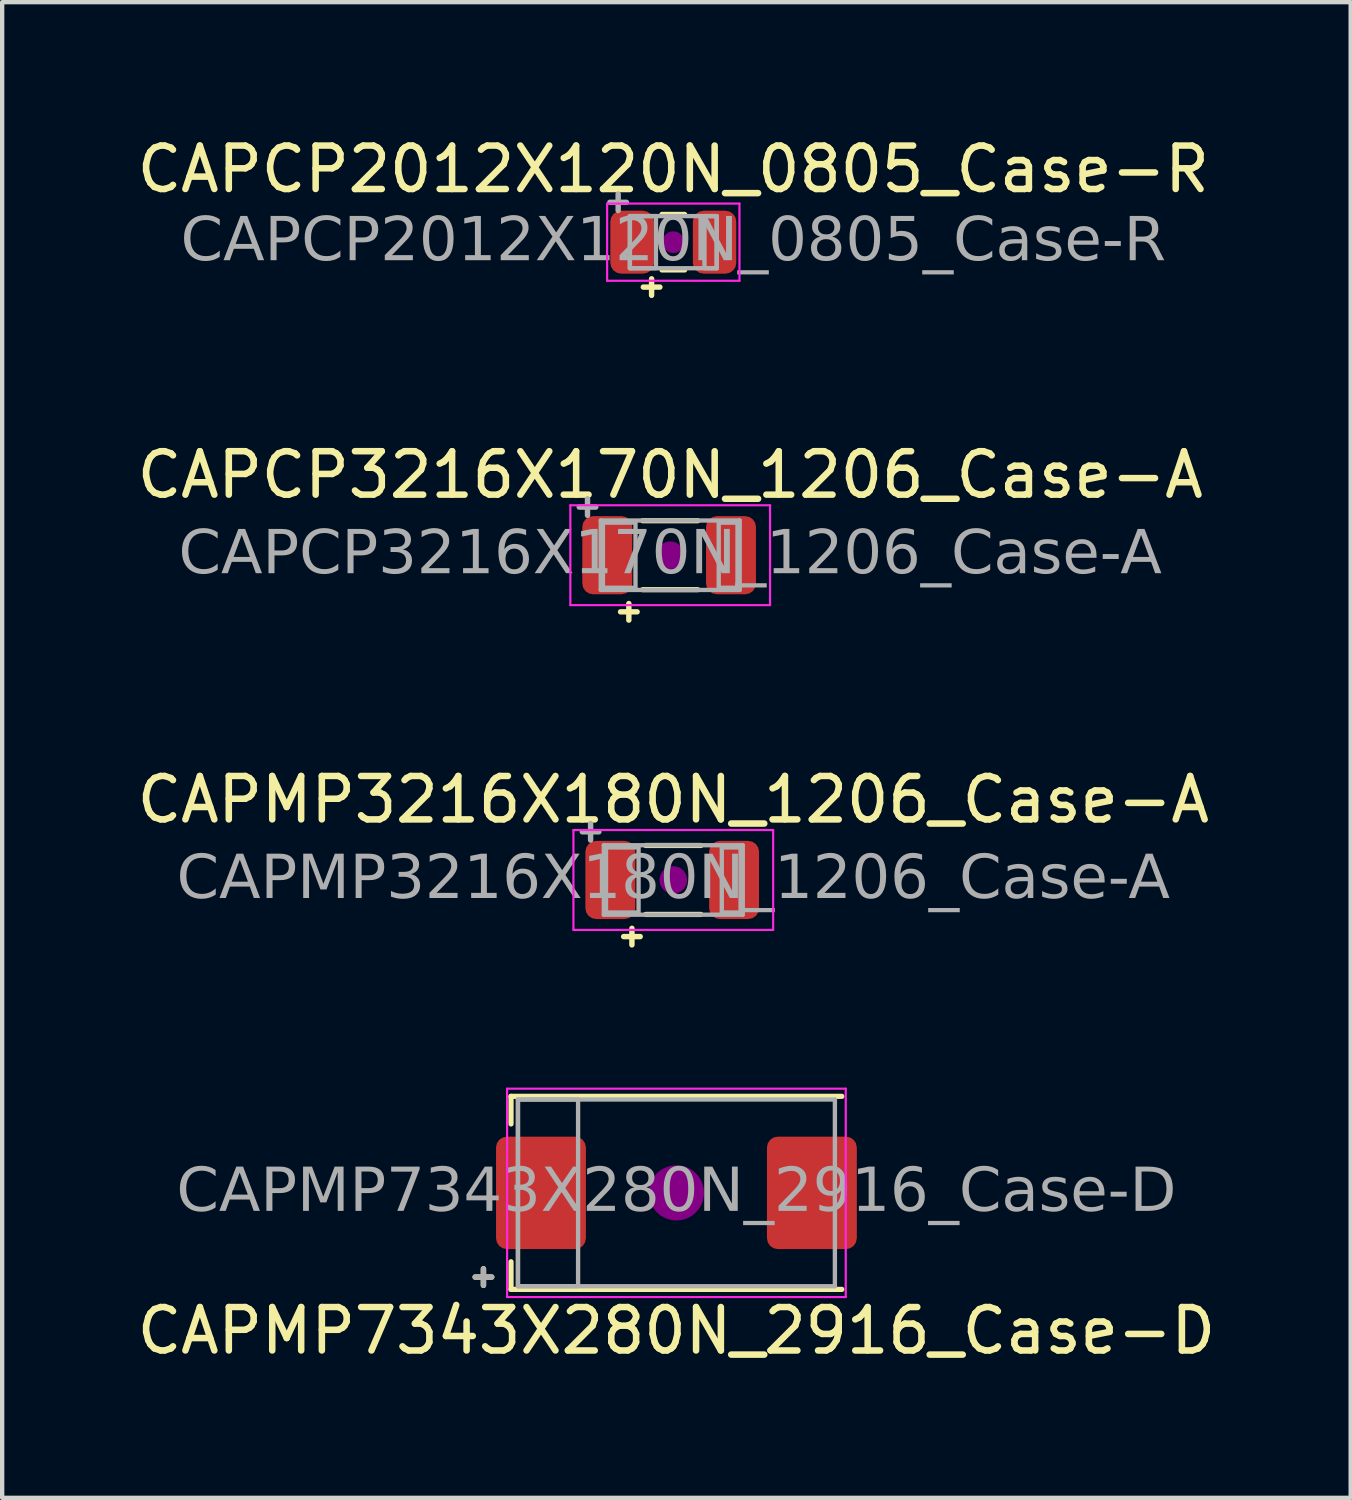
<source format=kicad_pcb>
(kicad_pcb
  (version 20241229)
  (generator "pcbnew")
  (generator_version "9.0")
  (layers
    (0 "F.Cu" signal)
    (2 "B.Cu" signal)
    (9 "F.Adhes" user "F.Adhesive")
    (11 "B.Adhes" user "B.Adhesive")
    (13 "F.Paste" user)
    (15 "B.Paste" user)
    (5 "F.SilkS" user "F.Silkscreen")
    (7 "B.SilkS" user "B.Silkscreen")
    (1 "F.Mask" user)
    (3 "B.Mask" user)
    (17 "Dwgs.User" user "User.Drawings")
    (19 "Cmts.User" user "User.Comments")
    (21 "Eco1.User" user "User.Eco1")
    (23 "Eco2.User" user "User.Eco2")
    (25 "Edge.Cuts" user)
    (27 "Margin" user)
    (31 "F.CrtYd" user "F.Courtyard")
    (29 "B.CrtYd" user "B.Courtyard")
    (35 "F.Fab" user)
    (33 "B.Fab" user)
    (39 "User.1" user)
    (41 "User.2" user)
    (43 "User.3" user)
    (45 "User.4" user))
  (footprint "CAPMP3216X180N_1206_Case-A"
    (layer "F.Cu")
    (at 12.458 17.218)
    (property "Reference" "CAPMP3216X180N_1206_Case-A" (at 0 -1.85 0) (layer "F.SilkS") (effects (font (size 1 1) (thickness 0.15))))
    (attr smd)
    (fp_line (start -0.635 -0.794) (end 0.635 -0.794) (stroke (width 0.12) (type solid)) (layer "F.SilkS"))
    (fp_line (start -0.635 0.794) (end 0.635 0.794) (stroke (width 0.12) (type solid)) (layer "F.SilkS"))
    (fp_circle (center 0 0) (end 0.318 0) (stroke (width 0) (type solid)) (fill yes) (layer "F.Adhes"))
    (fp_line (start -2.3 -1.15) (end 2.3 -1.15) (stroke (width 0.05) (type solid)) (layer "F.CrtYd"))
    (fp_line (start -2.3 1.15) (end -2.3 -1.15) (stroke (width 0.05) (type solid)) (layer "F.CrtYd"))
    (fp_line (start 2.3 -1.15) (end 2.3 1.15) (stroke (width 0.05) (type solid)) (layer "F.CrtYd"))
    (fp_line (start 2.3 1.15) (end -2.3 1.15) (stroke (width 0.05) (type solid)) (layer "F.CrtYd"))
    (fp_line (start -1.6 -0.8) (end 1.6 -0.8) (stroke (width 0.1) (type solid)) (layer "F.Fab"))
    (fp_line (start -1.6 0.8) (end -1.6 -0.8) (stroke (width 0.1) (type solid)) (layer "F.Fab"))
    (fp_line (start 1.6 -0.8) (end 1.6 0.8) (stroke (width 0.1) (type solid)) (layer "F.Fab"))
    (fp_line (start 1.6 0.8) (end -1.6 0.8) (stroke (width 0.1) (type solid)) (layer "F.Fab"))
    (fp_rect (start -0.8 0.75) (end -1.55 -0.75) (stroke (width 0.1) (type solid)) (fill no) (layer "F.Fab"))
    (fp_rect (start 1.117 -0.75) (end 1.55 0.75) (stroke (width 0.1) (type solid)) (fill no) (layer "F.Fab"))
    (fp_text user "+" (at -0.953 1.27 0) (unlocked yes) (layer "F.SilkS") (effects (font (size 0.5 0.5) (thickness 0.125))))
    (fp_text user "+" (at -1.905 -1.143 0) (unlocked yes) (layer "F.Fab") (effects (font (size 0.5 0.5) (thickness 0.125))))
    (fp_text user "${REFERENCE}" (at 0 0 0) (layer "F.Fab") (effects (font (face "Tahoma") (size 1 1) (thickness 0.15))))
    (pad "1" smd roundrect (at -1.45 0) (size 1.15 1.8) (layers "F.Cu" "F.Mask" "F.Paste") (roundrect_rratio 0.217))
    (pad "2" smd roundrect (at 1.4 0) (size 1.15 1.8) (layers "F.Cu" "F.Mask" "F.Paste") (roundrect_rratio 0.217)))
  (footprint "CAPMP7343X280N_2916_Case-D"
    (layer "F.Cu")
    (at 12.53 24.425)
    (property "Reference" "CAPMP7343X280N_2916_Case-D" (at 0 3.175 0) (layer "F.SilkS") (effects (font (size 1 1) (thickness 0.15))))
    (attr smd)
    (fp_line (start -3.81 -2.223) (end -3.81 -1.587) (stroke (width 0.12) (type solid)) (layer "F.SilkS"))
    (fp_line (start -3.81 -2.223) (end 3.81 -2.223) (stroke (width 0.12) (type solid)) (layer "F.SilkS"))
    (fp_line (start -3.81 2.223) (end -3.81 1.587) (stroke (width 0.12) (type solid)) (layer "F.SilkS"))
    (fp_line (start -3.81 2.223) (end 3.81 2.223) (stroke (width 0.12) (type solid)) (layer "F.SilkS"))
    (fp_circle (center 0 0) (end 0.635 0) (stroke (width 0) (type solid)) (fill yes) (layer "F.Adhes"))
    (fp_line (start -3.9 -2.4) (end 3.9 -2.4) (stroke (width 0.05) (type solid)) (layer "F.CrtYd"))
    (fp_line (start -3.9 2.4) (end -3.9 -2.4) (stroke (width 0.05) (type solid)) (layer "F.CrtYd"))
    (fp_line (start -3.9 2.4) (end 3.9 2.4) (stroke (width 0.05) (type solid)) (layer "F.CrtYd"))
    (fp_line (start 3.9 -2.4) (end 3.9 2.4) (stroke (width 0.05) (type solid)) (layer "F.CrtYd"))
    (fp_line (start -3.65 -2.15) (end 3.65 -2.15) (stroke (width 0.1) (type solid)) (layer "F.Fab"))
    (fp_line (start -3.65 2.15) (end -3.65 -2.15) (stroke (width 0.1) (type solid)) (layer "F.Fab"))
    (fp_line (start 3.65 -2.15) (end 3.65 2.15) (stroke (width 0.1) (type solid)) (layer "F.Fab"))
    (fp_line (start 3.65 2.15) (end -3.65 2.15) (stroke (width 0.1) (type solid)) (layer "F.Fab"))
    (fp_rect (start -2.265 2.15) (end -3.65 -2.15) (stroke (width 0.1) (type solid)) (fill no) (layer "F.Fab"))
    (fp_text user "+" (at -4.445 1.905 0) (unlocked yes) (layer "F.SilkS") (effects (font (size 0.5 0.5) (thickness 0.125))))
    (fp_text user "${REFERENCE}" (at 0 0 0) (layer "F.Fab") (effects (font (face "Tahoma") (size 1 1) (thickness 0.15))))
    (fp_text user "+" (at -4.445 1.905 0) (unlocked yes) (layer "F.Fab") (effects (font (size 0.5 0.5) (thickness 0.125))))
    (pad "1" smd roundrect (at -3.12 0) (size 2.07 2.59) (layers "F.Cu" "F.Mask" "F.Paste") (roundrect_rratio 0.121))
    (pad "2" smd roundrect (at 3.12 0) (size 2.07 2.59) (layers "F.Cu" "F.Mask" "F.Paste") (roundrect_rratio 0.121)))
  (footprint "CAPCP2012X120N_0805_Case-R"
    (layer "F.Cu")
    (at 12.458 2.528)
    (property "Reference" "CAPCP2012X120N_0805_Case-R" (at 0 -1.68 0) (layer "F.SilkS") (effects (font (size 1 1) (thickness 0.15))))
    (attr smd)
    (fp_line (start -0.261 -0.64) (end 0.261 -0.64) (stroke (width 0.12) (type solid)) (layer "F.SilkS"))
    (fp_line (start -0.261 0.64) (end 0.261 0.64) (stroke (width 0.12) (type solid)) (layer "F.SilkS"))
    (fp_circle (center 0 0) (end 0.25 0) (stroke (width 0) (type solid)) (fill yes) (layer "F.Adhes"))
    (fp_line (start -1.524 -0.889) (end 1.524 -0.889) (stroke (width 0.05) (type solid)) (layer "F.CrtYd"))
    (fp_line (start -1.524 0.889) (end -1.524 -0.889) (stroke (width 0.05) (type solid)) (layer "F.CrtYd"))
    (fp_line (start 1.524 -0.889) (end 1.524 0.889) (stroke (width 0.05) (type solid)) (layer "F.CrtYd"))
    (fp_line (start 1.524 0.889) (end -1.524 0.889) (stroke (width 0.05) (type solid)) (layer "F.CrtYd"))
    (fp_line (start -1 -0.6) (end 1 -0.6) (stroke (width 0.1) (type solid)) (layer "F.Fab"))
    (fp_line (start -1 0.6) (end -1 -0.6) (stroke (width 0.1) (type solid)) (layer "F.Fab"))
    (fp_line (start 1 -0.6) (end 1 0.6) (stroke (width 0.1) (type solid)) (layer "F.Fab"))
    (fp_line (start 1 0.6) (end -1 0.6) (stroke (width 0.1) (type solid)) (layer "F.Fab"))
    (fp_rect (start -1 -0.6) (end -0.4 0.6) (stroke (width 0.1) (type solid)) (fill no) (layer "F.Fab"))
    (fp_rect (start 0.718 -0.6) (end 1 0.6) (stroke (width 0.1) (type solid)) (fill no) (layer "F.Fab"))
    (fp_text user "+" (at -0.5 1 0) (unlocked yes) (layer "F.SilkS") (effects (font (size 0.5 0.5) (thickness 0.125))))
    (fp_text user "${REFERENCE}" (at 0 0 0) (layer "F.Fab") (effects (font (face "Tahoma") (size 1 1) (thickness 0.15))))
    (fp_text user "+" (at -1.27 -0.953 0) (unlocked yes) (layer "F.Fab") (effects (font (size 0.5 0.5) (thickness 0.125))))
    (pad "1" smd roundrect (at -0.95 0) (size 1 1.45) (layers "F.Cu" "F.Mask" "F.Paste") (roundrect_rratio 0.25))
    (pad "2" smd roundrect (at 0.95 0) (size 1 1.45) (layers "F.Cu" "F.Mask" "F.Paste") (roundrect_rratio 0.25)))
  (footprint "CAPCP3216X170N_1206_Case-A"
    (layer "F.Cu")
    (at 12.387 9.738)
    (property "Reference" "CAPCP3216X170N_1206_Case-A" (at 0 -1.85 0) (layer "F.SilkS") (effects (font (size 1 1) (thickness 0.15))))
    (attr smd)
    (fp_line (start -0.635 -0.794) (end 0.635 -0.794) (stroke (width 0.12) (type solid)) (layer "F.SilkS"))
    (fp_line (start -0.635 0.794) (end 0.635 0.794) (stroke (width 0.12) (type solid)) (layer "F.SilkS"))
    (fp_circle (center 0 0) (end 0.318 0) (stroke (width 0) (type solid)) (fill yes) (layer "F.Adhes"))
    (fp_line (start -2.3 -1.15) (end 2.3 -1.15) (stroke (width 0.05) (type solid)) (layer "F.CrtYd"))
    (fp_line (start -2.3 1.15) (end -2.3 -1.15) (stroke (width 0.05) (type solid)) (layer "F.CrtYd"))
    (fp_line (start 2.3 -1.15) (end 2.3 1.15) (stroke (width 0.05) (type solid)) (layer "F.CrtYd"))
    (fp_line (start 2.3 1.15) (end -2.3 1.15) (stroke (width 0.05) (type solid)) (layer "F.CrtYd"))
    (fp_line (start -1.6 -0.8) (end 1.6 -0.8) (stroke (width 0.1) (type solid)) (layer "F.Fab"))
    (fp_line (start -1.6 0.8) (end -1.6 -0.8) (stroke (width 0.1) (type solid)) (layer "F.Fab"))
    (fp_line (start 1.6 -0.8) (end 1.6 0.8) (stroke (width 0.1) (type solid)) (layer "F.Fab"))
    (fp_line (start 1.6 0.8) (end -1.6 0.8) (stroke (width 0.1) (type solid)) (layer "F.Fab"))
    (fp_rect (start -0.8 0.75) (end -1.55 -0.75) (stroke (width 0.1) (type solid)) (fill no) (layer "F.Fab"))
    (fp_rect (start 1.117 -0.75) (end 1.55 0.75) (stroke (width 0.1) (type solid)) (fill no) (layer "F.Fab"))
    (fp_text user "+" (at -0.953 1.27 0) (unlocked yes) (layer "F.SilkS") (effects (font (size 0.5 0.5) (thickness 0.125))))
    (fp_text user "+" (at -1.905 -1.143 0) (unlocked yes) (layer "F.Fab") (effects (font (size 0.5 0.5) (thickness 0.125))))
    (fp_text user "${REFERENCE}" (at 0 0 0) (layer "F.Fab") (effects (font (face "Tahoma") (size 1 1) (thickness 0.15))))
    (pad "1" smd roundrect (at -1.45 0) (size 1.15 1.8) (layers "F.Cu" "F.Mask" "F.Paste") (roundrect_rratio 0.217))
    (pad "2" smd roundrect (at 1.4 0) (size 1.15 1.8) (layers "F.Cu" "F.Mask" "F.Paste") (roundrect_rratio 0.217)))
  (gr_rect
    (start -3 -3)
    (end 28.06 31.449)
    (stroke (width 0.1) (type default))
    (fill no)
    (layer "Edge.Cuts")))
</source>
